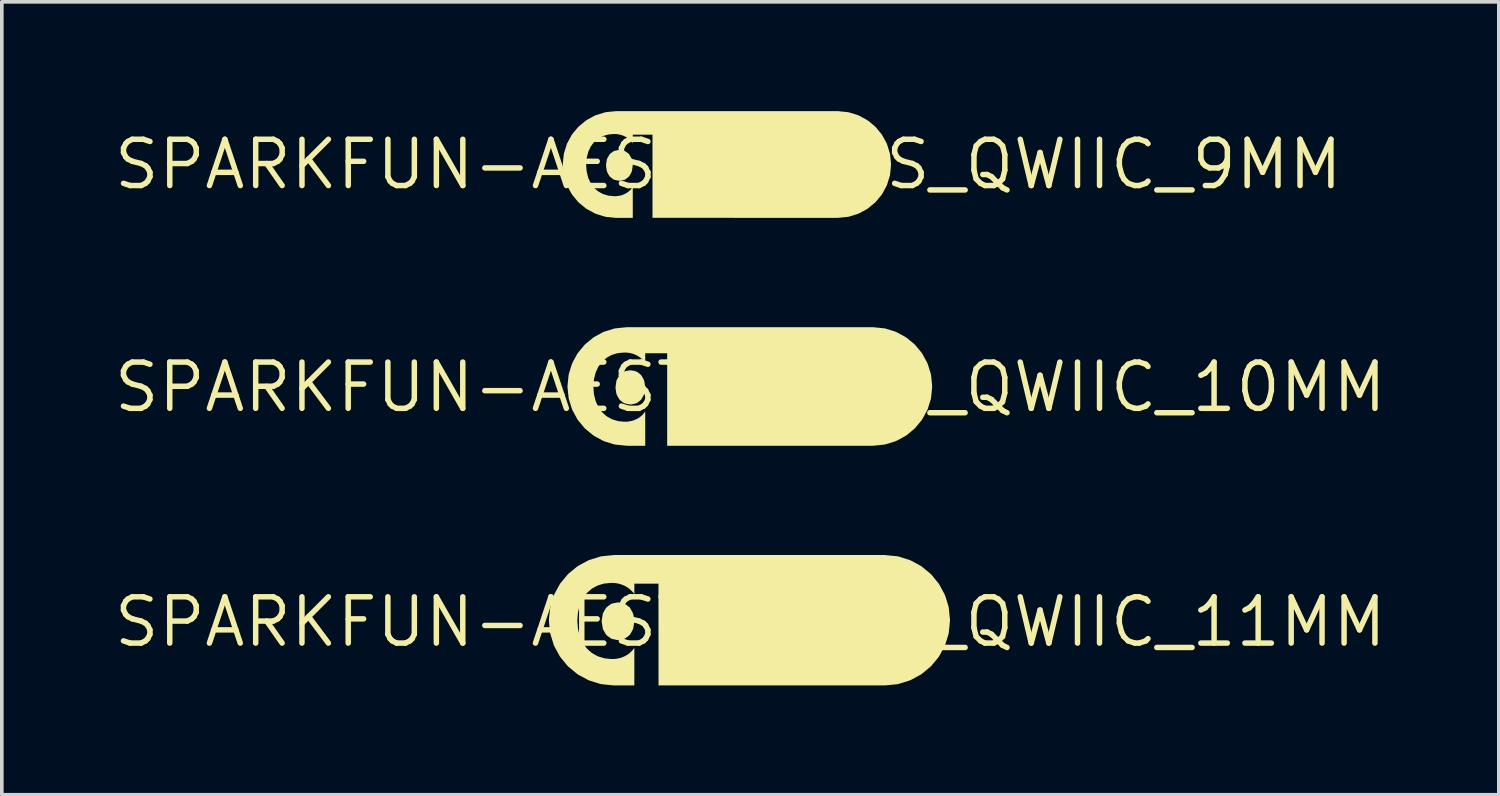
<source format=kicad_pcb>
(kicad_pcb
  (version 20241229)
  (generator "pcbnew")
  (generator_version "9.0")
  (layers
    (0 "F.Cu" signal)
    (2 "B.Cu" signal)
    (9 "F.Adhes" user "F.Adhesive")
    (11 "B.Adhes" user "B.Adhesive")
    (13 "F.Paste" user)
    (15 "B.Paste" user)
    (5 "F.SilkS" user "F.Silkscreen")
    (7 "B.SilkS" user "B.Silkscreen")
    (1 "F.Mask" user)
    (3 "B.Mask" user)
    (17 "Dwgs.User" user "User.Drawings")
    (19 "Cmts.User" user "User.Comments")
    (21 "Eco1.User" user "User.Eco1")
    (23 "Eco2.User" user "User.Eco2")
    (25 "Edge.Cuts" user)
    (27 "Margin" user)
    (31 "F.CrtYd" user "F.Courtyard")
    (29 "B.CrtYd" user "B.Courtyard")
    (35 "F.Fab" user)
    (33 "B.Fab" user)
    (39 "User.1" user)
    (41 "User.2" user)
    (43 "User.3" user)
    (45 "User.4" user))
  (footprint "SPARKFUN-AESTHETICS_QWIIC_11MM"
    (layer "F.Cu")
    (at 17.545 14.022)
    (property "Reference" "SPARKFUN-AESTHETICS_QWIIC_11MM" (at 0 0 0) (layer "F.SilkS") (effects (font (size 1.27 1.27) (thickness 0.15))))
    (fp_poly (pts (xy -3.593 -0.532) (xy -3.488 -0.51) (xy -3.437 -0.494) (xy -3.308 -0.397) (xy -3.229 -0.257) (xy -3.211 -0.207) (xy -3.187 -0.048) (xy -3.186 0.005) (xy -3.211 0.164) (xy -3.228 0.214) (xy -3.306 0.355) (xy -3.435 0.452) (xy -3.485 0.47) (xy -3.59 0.491) (xy -3.643 0.497) (xy -3.801 0.464) (xy -3.847 0.437) (xy -3.933 0.373) (xy -3.969 0.334) (xy -4.047 0.193) (xy -4.081 -0.018) (xy -4.048 -0.23) (xy -3.97 -0.371) (xy -3.935 -0.411) (xy -3.849 -0.475) (xy -3.804 -0.503) (xy -3.646 -0.536)) (stroke (width 0) (type default)) (fill yes) (layer "F.SilkS"))
    (fp_poly (pts (xy 3.747 -1.831) (xy 4.01 -1.805) (xy 4.063 -1.798) (xy 4.367 -1.703) (xy 4.416 -1.682) (xy 4.696 -1.53) (xy 4.941 -1.327) (xy 4.979 -1.289) (xy 5.18 -1.042) (xy 5.332 -0.762) (xy 5.352 -0.713) (xy 5.446 -0.409) (xy 5.478 -0.092) (xy 5.482 -0.039) (xy 5.45 0.278) (xy 5.441 0.331) (xy 5.347 0.635) (xy 5.324 0.683) (xy 5.198 0.916) (xy 5.17 0.962) (xy 4.968 1.207) (xy 4.928 1.243) (xy 4.724 1.412) (xy 4.681 1.444) (xy 4.401 1.596) (xy 4.351 1.614) (xy 4.098 1.692) (xy 4.046 1.707) (xy 3.73 1.739) (xy 3.677 1.742) (xy -2.463 1.742) (xy -2.519 1.744) (xy -2.521 -1.051) (xy -2.529 -1.051) (xy -3.183 -1.051) (xy -3.183 -1.029) (xy -3.183 -0.765) (xy -3.209 -0.801) (xy -3.243 -0.84) (xy -3.281 -0.876) (xy -3.32 -0.911) (xy -3.363 -0.942) (xy -3.407 -0.97) (xy -3.453 -0.995) (xy -3.551 -1.034) (xy -3.601 -1.048) (xy -3.652 -1.059) (xy -3.704 -1.067) (xy -3.809 -1.073) (xy -4.019 -1.053) (xy -4.17 -1.007) (xy -4.218 -0.987) (xy -4.355 -0.911) (xy -4.473 -0.806) (xy -4.508 -0.767) (xy -4.601 -0.639) (xy -4.666 -0.496) (xy -4.685 -0.447) (xy -4.723 -0.294) (xy -4.733 -0.242) (xy -4.748 -0.032) (xy -4.732 0.178) (xy -4.721 0.229) (xy -4.683 0.383) (xy -4.664 0.431) (xy -4.598 0.575) (xy -4.506 0.703) (xy -4.472 0.743) (xy -4.354 0.848) (xy -4.217 0.926) (xy -4.17 0.948) (xy -4.019 0.994) (xy -3.968 1.003) (xy -3.811 1.018) (xy -3.706 1.014) (xy -3.602 0.997) (xy -3.552 0.983) (xy -3.502 0.965) (xy -3.454 0.945) (xy -3.408 0.92) (xy -3.363 0.892) (xy -3.321 0.861) (xy -3.282 0.826) (xy -3.245 0.79) (xy -3.211 0.749) (xy -3.183 0.712) (xy -3.183 1.712) (xy -3.183 1.742) (xy -3.747 1.742) (xy -4.064 1.71) (xy -4.116 1.701) (xy -4.42 1.607) (xy -4.469 1.584) (xy -4.702 1.458) (xy -4.748 1.431) (xy -4.993 1.228) (xy -5.03 1.189) (xy -5.198 0.985) (xy -5.23 0.942) (xy -5.382 0.662) (xy -5.401 0.612) (xy -5.494 0.308) (xy -5.526 -0.009) (xy -5.528 -0.062) (xy -5.496 -0.379) (xy -5.486 -0.431) (xy -5.392 -0.735) (xy -5.368 -0.783) (xy -5.241 -1.016) (xy -5.213 -1.061) (xy -5.01 -1.307) (xy -4.97 -1.342) (xy -4.766 -1.511) (xy -4.722 -1.541) (xy -4.442 -1.693) (xy -4.138 -1.789) (xy -4.087 -1.802) (xy -3.77 -1.834) (xy -3.717 -1.837) (xy 3.694 -1.837)) (stroke (width 0) (type default)) (fill yes) (layer "F.SilkS")))
  (footprint "SPARKFUN-AESTHETICS_QWIIC_9MM"
    (layer "F.Cu")
    (at 16.941 1.463)
    (property "Reference" "SPARKFUN-AESTHETICS_QWIIC_9MM" (at 0 0 0) (layer "F.SilkS") (effects (font (size 1.27 1.27) (thickness 0.15))))
    (fp_poly (pts (xy -2.962 -0.396) (xy -2.857 -0.374) (xy -2.811 -0.349) (xy -2.725 -0.285) (xy -2.672 -0.192) (xy -2.647 -0.145) (xy -2.623 0.013) (xy -2.628 0.066) (xy -2.644 0.171) (xy -2.661 0.221) (xy -2.713 0.314) (xy -2.749 0.352) (xy -2.835 0.417) (xy -2.887 0.43) (xy -2.991 0.451) (xy -3.096 0.429) (xy -3.147 0.415) (xy -3.233 0.351) (xy -3.269 0.312) (xy -3.321 0.219) (xy -3.337 0.168) (xy -3.353 0.063) (xy -3.356 0.01) (xy -3.332 -0.147) (xy -3.28 -0.24) (xy -3.252 -0.286) (xy -3.166 -0.35) (xy -3.119 -0.374) (xy -3.015 -0.396)) (stroke (width 0) (type default)) (fill yes) (layer "F.SilkS"))
    (fp_poly (pts (xy 3.047 -1.458) (xy 3.258 -1.437) (xy 3.31 -1.429) (xy 3.564 -1.35) (xy 3.612 -1.327) (xy 3.798 -1.225) (xy 3.843 -1.196) (xy 4.006 -1.061) (xy 4.046 -1.025) (xy 4.215 -0.82) (xy 4.343 -0.587) (xy 4.363 -0.538) (xy 4.425 -0.335) (xy 4.44 -0.284) (xy 4.466 -0.02) (xy 4.465 0.034) (xy 4.439 0.298) (xy 4.36 0.551) (xy 4.339 0.6) (xy 4.237 0.787) (xy 4.21 0.832) (xy 4.041 1.037) (xy 3.836 1.206) (xy 3.791 1.235) (xy 3.604 1.336) (xy 3.556 1.358) (xy 3.302 1.437) (xy 3.038 1.464) (xy 2.985 1.468) (xy -2.079 1.465) (xy -2.081 1.441) (xy -2.081 -0.817) (xy -2.086 -0.817) (xy -2.621 -0.817) (xy -2.622 -0.784) (xy -2.622 -0.58) (xy -2.653 -0.622) (xy -2.688 -0.661) (xy -2.727 -0.696) (xy -2.769 -0.727) (xy -2.813 -0.755) (xy -2.86 -0.779) (xy -2.908 -0.798) (xy -2.959 -0.813) (xy -3.01 -0.824) (xy -3.062 -0.832) (xy -3.114 -0.835) (xy -3.166 -0.833) (xy -3.271 -0.823) (xy -3.322 -0.814) (xy -3.423 -0.784) (xy -3.471 -0.764) (xy -3.563 -0.713) (xy -3.605 -0.682) (xy -3.683 -0.612) (xy -3.716 -0.572) (xy -3.778 -0.487) (xy -3.844 -0.344) (xy -3.884 -0.192) (xy -3.891 -0.14) (xy -3.902 0.018) (xy -3.89 0.175) (xy -3.881 0.226) (xy -3.855 0.329) (xy -3.84 0.379) (xy -3.797 0.475) (xy -3.773 0.521) (xy -3.711 0.606) (xy -3.678 0.646) (xy -3.6 0.717) (xy -3.559 0.748) (xy -3.467 0.799) (xy -3.419 0.819) (xy -3.319 0.85) (xy -3.268 0.86) (xy -3.163 0.87) (xy -3.11 0.873) (xy -3.058 0.87) (xy -3.006 0.863) (xy -2.955 0.853) (xy -2.905 0.838) (xy -2.856 0.818) (xy -2.81 0.794) (xy -2.766 0.766) (xy -2.724 0.735) (xy -2.686 0.699) (xy -2.652 0.66) (xy -2.622 0.616) (xy -2.622 1.467) (xy -2.677 1.468) (xy -3.048 1.468) (xy -3.101 1.466) (xy -3.365 1.439) (xy -3.416 1.425) (xy -3.619 1.362) (xy -3.668 1.342) (xy -3.901 1.215) (xy -4.106 1.046) (xy -4.142 1.006) (xy -4.277 0.843) (xy -4.307 0.798) (xy -4.408 0.612) (xy -4.432 0.564) (xy -4.511 0.311) (xy -4.519 0.258) (xy -4.54 0.047) (xy -4.543 -0.006) (xy -4.517 -0.27) (xy -4.505 -0.322) (xy -4.442 -0.525) (xy -4.425 -0.575) (xy -4.298 -0.809) (xy -4.266 -0.851) (xy -4.131 -1.015) (xy -4.092 -1.052) (xy -3.929 -1.187) (xy -3.886 -1.219) (xy -3.653 -1.346) (xy -3.399 -1.425) (xy -3.347 -1.436) (xy -3.083 -1.462) (xy -3.03 -1.463) (xy 3.004 -1.463)) (stroke (width 0) (type default)) (fill yes) (layer "F.SilkS")))
  (footprint "SPARKFUN-AESTHETICS_QWIIC_10MM"
    (layer "F.Cu")
    (at 17.545 7.578)
    (property "Reference" "SPARKFUN-AESTHETICS_QWIIC_10MM" (at 0 0 0) (layer "F.SilkS") (effects (font (size 1.27 1.27) (thickness 0.15))))
    (fp_poly (pts (xy -3.259 -0.461) (xy -3.155 -0.44) (xy -3.106 -0.419) (xy -3.02 -0.355) (xy -2.985 -0.315) (xy -2.933 -0.222) (xy -2.911 -0.173) (xy -2.887 -0.015) (xy -2.889 0.038) (xy -2.914 0.196) (xy -2.992 0.337) (xy -3.032 0.373) (xy -3.117 0.437) (xy -3.168 0.452) (xy -3.273 0.474) (xy -3.326 0.471) (xy -3.431 0.449) (xy -3.479 0.429) (xy -3.565 0.364) (xy -3.601 0.325) (xy -3.653 0.232) (xy -3.675 0.183) (xy -3.699 0.025) (xy -3.697 -0.028) (xy -3.673 -0.186) (xy -3.594 -0.327) (xy -3.554 -0.362) (xy -3.468 -0.426) (xy -3.417 -0.442) (xy -3.313 -0.463)) (stroke (width 0) (type default)) (fill yes) (layer "F.SilkS"))
    (fp_poly (pts (xy 3.388 -1.645) (xy 3.652 -1.618) (xy 3.705 -1.611) (xy 3.958 -1.532) (xy 4.008 -1.514) (xy 4.241 -1.388) (xy 4.287 -1.36) (xy 4.492 -1.191) (xy 4.53 -1.154) (xy 4.699 -0.95) (xy 4.729 -0.905) (xy 4.855 -0.672) (xy 4.875 -0.623) (xy 4.954 -0.37) (xy 4.963 -0.317) (xy 4.99 -0.053) (xy 4.991 -0.000035) (xy 4.965 0.264) (xy 4.958 0.317) (xy 4.879 0.57) (xy 4.862 0.621) (xy 4.735 0.854) (xy 4.708 0.9) (xy 4.539 1.104) (xy 4.502 1.143) (xy 4.298 1.312) (xy 4.254 1.342) (xy 4.021 1.468) (xy 3.971 1.489) (xy 3.718 1.567) (xy 3.666 1.577) (xy 3.402 1.604) (xy 3.349 1.608) (xy -2.28 1.608) (xy -2.282 1.563) (xy -2.282 -0.93) (xy -2.316 -0.931) (xy -2.845 -0.931) (xy -2.884 -0.932) (xy -2.884 -0.672) (xy -2.913 -0.709) (xy -2.948 -0.748) (xy -2.986 -0.784) (xy -3.027 -0.817) (xy -3.07 -0.847) (xy -3.115 -0.872) (xy -3.163 -0.895) (xy -3.212 -0.914) (xy -3.262 -0.928) (xy -3.313 -0.939) (xy -3.365 -0.947) (xy -3.418 -0.95) (xy -3.47 -0.951) (xy -3.627 -0.936) (xy -3.678 -0.924) (xy -3.779 -0.893) (xy -3.827 -0.873) (xy -3.919 -0.822) (xy -3.962 -0.794) (xy -4.041 -0.724) (xy -4.079 -0.688) (xy -4.172 -0.561) (xy -4.238 -0.418) (xy -4.254 -0.368) (xy -4.292 -0.215) (xy -4.307 -0.005) (xy -4.295 0.153) (xy -4.289 0.205) (xy -4.251 0.358) (xy -4.234 0.408) (xy -4.168 0.551) (xy -4.076 0.678) (xy -4.038 0.715) (xy -3.96 0.785) (xy -3.916 0.814) (xy -3.824 0.865) (xy -3.777 0.886) (xy -3.626 0.932) (xy -3.469 0.947) (xy -3.417 0.948) (xy -3.364 0.945) (xy -3.312 0.937) (xy -3.261 0.927) (xy -3.21 0.913) (xy -3.162 0.894) (xy -3.114 0.872) (xy -3.068 0.847) (xy -3.026 0.816) (xy -2.985 0.783) (xy -2.947 0.747) (xy -2.914 0.707) (xy -2.884 0.666) (xy -2.884 1.561) (xy -2.884 1.608) (xy -3.38 1.608) (xy -3.696 1.577) (xy -3.749 1.566) (xy -4.002 1.487) (xy -4.051 1.466) (xy -4.284 1.339) (xy -4.327 1.309) (xy -4.532 1.14) (xy -4.568 1.1) (xy -4.737 0.896) (xy -4.764 0.849) (xy -4.89 0.616) (xy -4.985 0.312) (xy -5.018 -0.005) (xy -5.015 -0.058) (xy -4.989 -0.322) (xy -4.978 -0.374) (xy -4.899 -0.628) (xy -4.879 -0.677) (xy -4.752 -0.91) (xy -4.721 -0.954) (xy -4.553 -1.158) (xy -4.513 -1.195) (xy -4.309 -1.363) (xy -4.263 -1.39) (xy -4.03 -1.517) (xy -3.725 -1.612) (xy -3.409 -1.645) (xy -3.356 -1.647) (xy 3.366 -1.647)) (stroke (width 0) (type default)) (fill yes) (layer "F.SilkS")))
  (gr_rect
    (start -3 -3)
    (end 38.091 18.765)
    (stroke (width 0.1) (type default))
    (fill no)
    (layer "Edge.Cuts")))
</source>
